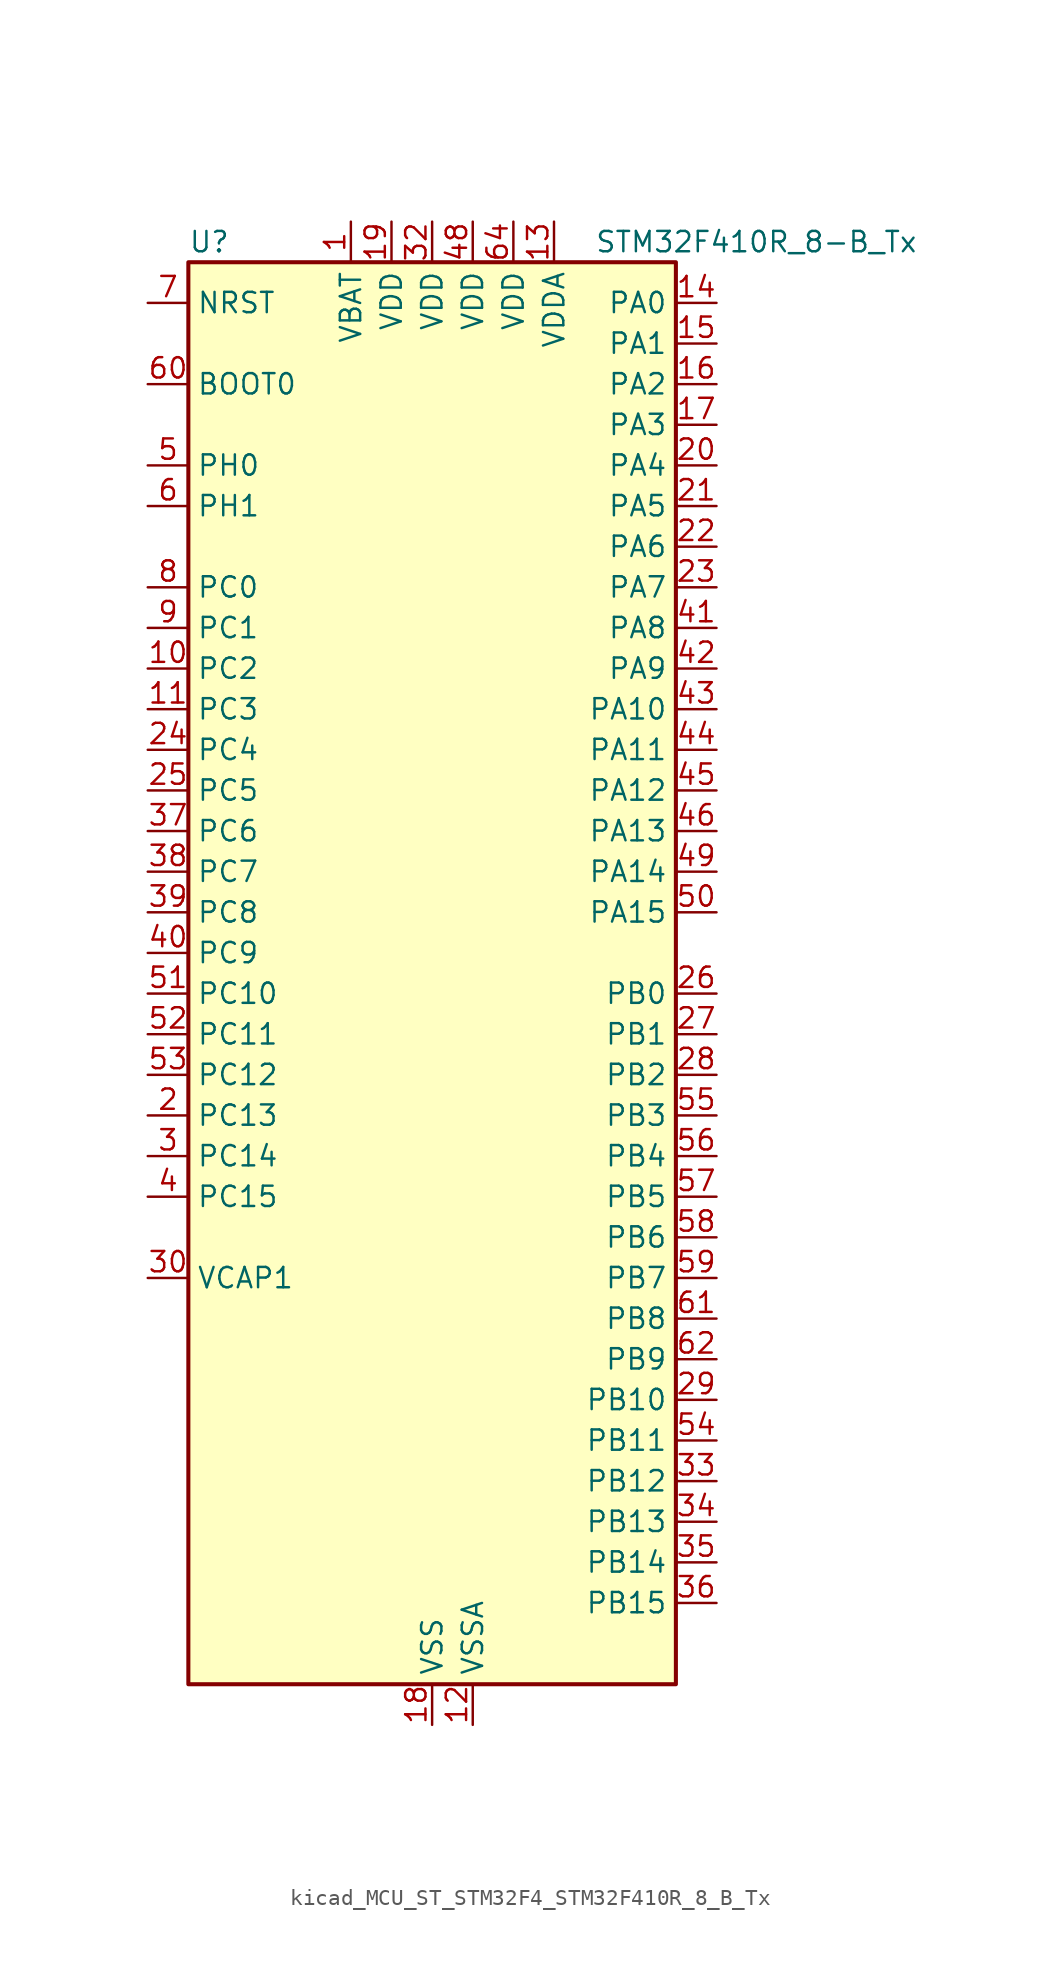
<source format=kicad_sym>
(kicad_symbol_lib
  (version 20220914)
  (generator kicad_symbol_editor)
  (symbol "kicad_MCU_ST_STM32F4_STM32F410R_8_B_Tx"
    (property "Reference" "U"
      (at -15.24 46.99 0)
      (effects (font (size 1.27 1.27)) (justify left)))
    (property "Value" "STM32F410R_8-B_Tx"
      (at 10.16 46.99 0)
      (effects (font (size 1.27 1.27)) (justify left)))
    (property "ki_locked" ""
      (at 0 0 0)
      (effects (font (size 1.27 1.27))))
    (symbol "kicad_MCU_ST_STM32F4_STM32F410R_8_B_Tx_0_1"
      (rectangle (start -15.24 -43.18) (end 15.24 45.72) (stroke (width 0.254) (type default)) (fill (type background))))
    (symbol "kicad_MCU_ST_STM32F4_STM32F410R_8_B_Tx_1_1"
      (pin power_in line (at -5.08 48.26 270) (length 2.54) (name "VBAT" (effects (font (size 1.27 1.27)))) (number "1" (effects (font (size 1.27 1.27)))))
      (pin bidirectional line (at -17.78 20.32 0) (length 2.54) (name "PC2" (effects (font (size 1.27 1.27)))) (number "10" (effects (font (size 1.27 1.27)))) (alternate "ADC1_IN12" bidirectional line) (alternate "LPTIM1_IN2" bidirectional line) (alternate "SPI2_MISO" bidirectional line))
      (pin bidirectional line (at -17.78 17.78 0) (length 2.54) (name "PC3" (effects (font (size 1.27 1.27)))) (number "11" (effects (font (size 1.27 1.27)))) (alternate "ADC1_IN13" bidirectional line) (alternate "I2S2_SD" bidirectional line) (alternate "LPTIM1_ETR" bidirectional line) (alternate "SPI2_MOSI" bidirectional line))
      (pin power_in line (at 2.54 -45.72 90) (length 2.54) (name "VSSA" (effects (font (size 1.27 1.27)))) (number "12" (effects (font (size 1.27 1.27)))))
      (pin power_in line (at 7.62 48.26 270) (length 2.54) (name "VDDA" (effects (font (size 1.27 1.27)))) (number "13" (effects (font (size 1.27 1.27)))))
      (pin bidirectional line (at 17.78 43.18 180) (length 2.54) (name "PA0" (effects (font (size 1.27 1.27)))) (number "14" (effects (font (size 1.27 1.27)))) (alternate "ADC1_IN0" bidirectional line) (alternate "SYS_WKUP1" bidirectional line) (alternate "TIM5_CH1" bidirectional line) (alternate "USART2_CTS" bidirectional line))
      (pin bidirectional line (at 17.78 40.64 180) (length 2.54) (name "PA1" (effects (font (size 1.27 1.27)))) (number "15" (effects (font (size 1.27 1.27)))) (alternate "ADC1_IN1" bidirectional line) (alternate "TIM5_CH2" bidirectional line) (alternate "USART2_RTS" bidirectional line))
      (pin bidirectional line (at 17.78 38.1 180) (length 2.54) (name "PA2" (effects (font (size 1.27 1.27)))) (number "16" (effects (font (size 1.27 1.27)))) (alternate "ADC1_IN2" bidirectional line) (alternate "I2S_CKIN" bidirectional line) (alternate "TIM5_CH3" bidirectional line) (alternate "TIM9_CH1" bidirectional line) (alternate "USART2_TX" bidirectional line))
      (pin bidirectional line (at 17.78 35.56 180) (length 2.54) (name "PA3" (effects (font (size 1.27 1.27)))) (number "17" (effects (font (size 1.27 1.27)))) (alternate "ADC1_IN3" bidirectional line) (alternate "I2S2_MCK" bidirectional line) (alternate "TIM5_CH4" bidirectional line) (alternate "TIM9_CH2" bidirectional line) (alternate "USART2_RX" bidirectional line))
      (pin power_in line (at 0 -45.72 90) (length 2.54) (name "VSS" (effects (font (size 1.27 1.27)))) (number "18" (effects (font (size 1.27 1.27)))))
      (pin power_in line (at -2.54 48.26 270) (length 2.54) (name "VDD" (effects (font (size 1.27 1.27)))) (number "19" (effects (font (size 1.27 1.27)))))
      (pin bidirectional line (at -17.78 -7.62 0) (length 2.54) (name "PC13" (effects (font (size 1.27 1.27)))) (number "2" (effects (font (size 1.27 1.27)))) (alternate "RTC_AF1" bidirectional line))
      (pin bidirectional line (at 17.78 33.02 180) (length 2.54) (name "PA4" (effects (font (size 1.27 1.27)))) (number "20" (effects (font (size 1.27 1.27)))) (alternate "ADC1_IN4" bidirectional line) (alternate "I2S1_WS" bidirectional line) (alternate "SPI1_NSS" bidirectional line) (alternate "USART2_CK" bidirectional line))
      (pin bidirectional line (at 17.78 30.48 180) (length 2.54) (name "PA5" (effects (font (size 1.27 1.27)))) (number "21" (effects (font (size 1.27 1.27)))) (alternate "ADC1_IN5" bidirectional line) (alternate "DAC_OUT1" bidirectional line) (alternate "I2S1_CK" bidirectional line) (alternate "SPI1_SCK" bidirectional line))
      (pin bidirectional line (at 17.78 27.94 180) (length 2.54) (name "PA6" (effects (font (size 1.27 1.27)))) (number "22" (effects (font (size 1.27 1.27)))) (alternate "ADC1_IN6" bidirectional line) (alternate "I2S2_MCK" bidirectional line) (alternate "SPI1_MISO" bidirectional line) (alternate "TIM1_BKIN" bidirectional line))
      (pin bidirectional line (at 17.78 25.4 180) (length 2.54) (name "PA7" (effects (font (size 1.27 1.27)))) (number "23" (effects (font (size 1.27 1.27)))) (alternate "ADC1_IN7" bidirectional line) (alternate "I2S1_SD" bidirectional line) (alternate "SPI1_MOSI" bidirectional line) (alternate "TIM1_CH1N" bidirectional line))
      (pin bidirectional line (at -17.78 15.24 0) (length 2.54) (name "PC4" (effects (font (size 1.27 1.27)))) (number "24" (effects (font (size 1.27 1.27)))) (alternate "ADC1_IN14" bidirectional line) (alternate "TIM9_CH1" bidirectional line))
      (pin bidirectional line (at -17.78 12.7 0) (length 2.54) (name "PC5" (effects (font (size 1.27 1.27)))) (number "25" (effects (font (size 1.27 1.27)))) (alternate "ADC1_IN15" bidirectional line) (alternate "FMPI2C1_SMBA" bidirectional line) (alternate "TIM9_CH2" bidirectional line))
      (pin bidirectional line (at 17.78 0 180) (length 2.54) (name "PB0" (effects (font (size 1.27 1.27)))) (number "26" (effects (font (size 1.27 1.27)))) (alternate "ADC1_IN8" bidirectional line) (alternate "I2S5_CK" bidirectional line) (alternate "SPI5_SCK" bidirectional line) (alternate "TIM1_CH2N" bidirectional line))
      (pin bidirectional line (at 17.78 -2.54 180) (length 2.54) (name "PB1" (effects (font (size 1.27 1.27)))) (number "27" (effects (font (size 1.27 1.27)))) (alternate "ADC1_IN9" bidirectional line) (alternate "I2S5_WS" bidirectional line) (alternate "SPI5_NSS" bidirectional line) (alternate "TIM1_CH3N" bidirectional line))
      (pin bidirectional line (at 17.78 -5.08 180) (length 2.54) (name "PB2" (effects (font (size 1.27 1.27)))) (number "28" (effects (font (size 1.27 1.27)))) (alternate "LPTIM1_OUT" bidirectional line))
      (pin bidirectional line (at 17.78 -25.4 180) (length 2.54) (name "PB10" (effects (font (size 1.27 1.27)))) (number "29" (effects (font (size 1.27 1.27)))) (alternate "FMPI2C1_SCL" bidirectional line) (alternate "I2C2_SCL" bidirectional line) (alternate "I2S1_MCK" bidirectional line) (alternate "I2S2_CK" bidirectional line) (alternate "SPI2_SCK" bidirectional line))
      (pin bidirectional line (at -17.78 -10.16 0) (length 2.54) (name "PC14" (effects (font (size 1.27 1.27)))) (number "3" (effects (font (size 1.27 1.27)))) (alternate "RCC_OSC32_IN" bidirectional line))
      (pin power_out line (at -17.78 -17.78 0) (length 2.54) (name "VCAP1" (effects (font (size 1.27 1.27)))) (number "30" (effects (font (size 1.27 1.27)))))
      (pin passive line (at 0 -45.72 90) (length 2.54) hide (name "VSS" (effects (font (size 1.27 1.27)))) (number "31" (effects (font (size 1.27 1.27)))))
      (pin power_in line (at 0 48.26 270) (length 2.54) (name "VDD" (effects (font (size 1.27 1.27)))) (number "32" (effects (font (size 1.27 1.27)))))
      (pin bidirectional line (at 17.78 -30.48 180) (length 2.54) (name "PB12" (effects (font (size 1.27 1.27)))) (number "33" (effects (font (size 1.27 1.27)))) (alternate "I2C2_SMBA" bidirectional line) (alternate "I2S2_WS" bidirectional line) (alternate "SPI2_NSS" bidirectional line) (alternate "TIM1_BKIN" bidirectional line) (alternate "TIM5_CH1" bidirectional line))
      (pin bidirectional line (at 17.78 -33.02 180) (length 2.54) (name "PB13" (effects (font (size 1.27 1.27)))) (number "34" (effects (font (size 1.27 1.27)))) (alternate "FMPI2C1_SMBA" bidirectional line) (alternate "I2S2_CK" bidirectional line) (alternate "SPI2_SCK" bidirectional line) (alternate "TIM1_CH1N" bidirectional line))
      (pin bidirectional line (at 17.78 -35.56 180) (length 2.54) (name "PB14" (effects (font (size 1.27 1.27)))) (number "35" (effects (font (size 1.27 1.27)))) (alternate "FMPI2C1_SDA" bidirectional line) (alternate "SPI2_MISO" bidirectional line) (alternate "TIM1_CH2N" bidirectional line))
      (pin bidirectional line (at 17.78 -38.1 180) (length 2.54) (name "PB15" (effects (font (size 1.27 1.27)))) (number "36" (effects (font (size 1.27 1.27)))) (alternate "ADC1_EXTI15" bidirectional line) (alternate "FMPI2C1_SCL" bidirectional line) (alternate "I2S2_SD" bidirectional line) (alternate "RTC_REFIN" bidirectional line) (alternate "SPI2_MOSI" bidirectional line) (alternate "TIM1_CH3N" bidirectional line))
      (pin bidirectional line (at -17.78 10.16 0) (length 2.54) (name "PC6" (effects (font (size 1.27 1.27)))) (number "37" (effects (font (size 1.27 1.27)))) (alternate "FMPI2C1_SCL" bidirectional line) (alternate "I2S2_MCK" bidirectional line) (alternate "SYS_TRACECLK" bidirectional line) (alternate "USART6_TX" bidirectional line))
      (pin bidirectional line (at -17.78 7.62 0) (length 2.54) (name "PC7" (effects (font (size 1.27 1.27)))) (number "38" (effects (font (size 1.27 1.27)))) (alternate "FMPI2C1_SDA" bidirectional line) (alternate "I2S1_MCK" bidirectional line) (alternate "I2S2_CK" bidirectional line) (alternate "SPI2_SCK" bidirectional line) (alternate "USART6_RX" bidirectional line))
      (pin bidirectional line (at -17.78 5.08 0) (length 2.54) (name "PC8" (effects (font (size 1.27 1.27)))) (number "39" (effects (font (size 1.27 1.27)))) (alternate "USART6_CK" bidirectional line))
      (pin bidirectional line (at -17.78 -12.7 0) (length 2.54) (name "PC15" (effects (font (size 1.27 1.27)))) (number "4" (effects (font (size 1.27 1.27)))) (alternate "ADC1_EXTI15" bidirectional line) (alternate "RCC_OSC32_OUT" bidirectional line))
      (pin bidirectional line (at -17.78 2.54 0) (length 2.54) (name "PC9" (effects (font (size 1.27 1.27)))) (number "40" (effects (font (size 1.27 1.27)))) (alternate "DAC_EXTI9" bidirectional line) (alternate "FMPI2C1_SDA" bidirectional line) (alternate "I2S_CKIN" bidirectional line) (alternate "RCC_MCO_2" bidirectional line))
      (pin bidirectional line (at 17.78 22.86 180) (length 2.54) (name "PA8" (effects (font (size 1.27 1.27)))) (number "41" (effects (font (size 1.27 1.27)))) (alternate "FMPI2C1_SCL" bidirectional line) (alternate "RCC_MCO_1" bidirectional line) (alternate "TIM1_CH1" bidirectional line) (alternate "USART1_CK" bidirectional line))
      (pin bidirectional line (at 17.78 20.32 180) (length 2.54) (name "PA9" (effects (font (size 1.27 1.27)))) (number "42" (effects (font (size 1.27 1.27)))) (alternate "DAC_EXTI9" bidirectional line) (alternate "TIM1_CH2" bidirectional line) (alternate "USART1_TX" bidirectional line))
      (pin bidirectional line (at 17.78 17.78 180) (length 2.54) (name "PA10" (effects (font (size 1.27 1.27)))) (number "43" (effects (font (size 1.27 1.27)))) (alternate "I2S5_SD" bidirectional line) (alternate "SPI5_MOSI" bidirectional line) (alternate "TIM1_CH3" bidirectional line) (alternate "USART1_RX" bidirectional line))
      (pin bidirectional line (at 17.78 15.24 180) (length 2.54) (name "PA11" (effects (font (size 1.27 1.27)))) (number "44" (effects (font (size 1.27 1.27)))) (alternate "ADC1_EXTI11" bidirectional line) (alternate "TIM1_CH4" bidirectional line) (alternate "USART1_CTS" bidirectional line) (alternate "USART6_TX" bidirectional line))
      (pin bidirectional line (at 17.78 12.7 180) (length 2.54) (name "PA12" (effects (font (size 1.27 1.27)))) (number "45" (effects (font (size 1.27 1.27)))) (alternate "SPI5_MISO" bidirectional line) (alternate "TIM1_ETR" bidirectional line) (alternate "USART1_RTS" bidirectional line) (alternate "USART6_RX" bidirectional line))
      (pin bidirectional line (at 17.78 10.16 180) (length 2.54) (name "PA13" (effects (font (size 1.27 1.27)))) (number "46" (effects (font (size 1.27 1.27)))) (alternate "SYS_JTMS-SWDIO" bidirectional line))
      (pin passive line (at 0 -45.72 90) (length 2.54) hide (name "VSS" (effects (font (size 1.27 1.27)))) (number "47" (effects (font (size 1.27 1.27)))))
      (pin power_in line (at 2.54 48.26 270) (length 2.54) (name "VDD" (effects (font (size 1.27 1.27)))) (number "48" (effects (font (size 1.27 1.27)))))
      (pin bidirectional line (at 17.78 7.62 180) (length 2.54) (name "PA14" (effects (font (size 1.27 1.27)))) (number "49" (effects (font (size 1.27 1.27)))) (alternate "SYS_JTCK-SWCLK" bidirectional line))
      (pin bidirectional line (at -17.78 33.02 0) (length 2.54) (name "PH0" (effects (font (size 1.27 1.27)))) (number "5" (effects (font (size 1.27 1.27)))) (alternate "RCC_OSC_IN" bidirectional line))
      (pin bidirectional line (at 17.78 5.08 180) (length 2.54) (name "PA15" (effects (font (size 1.27 1.27)))) (number "50" (effects (font (size 1.27 1.27)))) (alternate "ADC1_EXTI15" bidirectional line) (alternate "I2S1_WS" bidirectional line) (alternate "SPI1_NSS" bidirectional line) (alternate "SYS_JTDI" bidirectional line) (alternate "USART1_TX" bidirectional line))
      (pin bidirectional line (at -17.78 0 0) (length 2.54) (name "PC10" (effects (font (size 1.27 1.27)))) (number "51" (effects (font (size 1.27 1.27)))) (alternate "SYS_TRACED0" bidirectional line) (alternate "TIM5_CH2" bidirectional line))
      (pin bidirectional line (at -17.78 -2.54 0) (length 2.54) (name "PC11" (effects (font (size 1.27 1.27)))) (number "52" (effects (font (size 1.27 1.27)))) (alternate "ADC1_EXTI11" bidirectional line) (alternate "SYS_TRACED1" bidirectional line) (alternate "TIM5_CH3" bidirectional line))
      (pin bidirectional line (at -17.78 -5.08 0) (length 2.54) (name "PC12" (effects (font (size 1.27 1.27)))) (number "53" (effects (font (size 1.27 1.27)))) (alternate "SYS_TRACED2" bidirectional line) (alternate "TIM11_CH1" bidirectional line))
      (pin bidirectional line (at 17.78 -27.94 180) (length 2.54) (name "PB11" (effects (font (size 1.27 1.27)))) (number "54" (effects (font (size 1.27 1.27)))) (alternate "ADC1_EXTI11" bidirectional line) (alternate "I2C2_SDA" bidirectional line) (alternate "I2S_CKIN" bidirectional line) (alternate "SYS_TRACED3" bidirectional line) (alternate "TIM5_CH4" bidirectional line))
      (pin bidirectional line (at 17.78 -7.62 180) (length 2.54) (name "PB3" (effects (font (size 1.27 1.27)))) (number "55" (effects (font (size 1.27 1.27)))) (alternate "FMPI2C1_SDA" bidirectional line) (alternate "I2C2_SDA" bidirectional line) (alternate "I2S1_CK" bidirectional line) (alternate "SPI1_SCK" bidirectional line) (alternate "SYS_JTDO-SWO" bidirectional line) (alternate "USART1_RX" bidirectional line))
      (pin bidirectional line (at 17.78 -10.16 180) (length 2.54) (name "PB4" (effects (font (size 1.27 1.27)))) (number "56" (effects (font (size 1.27 1.27)))) (alternate "SPI1_MISO" bidirectional line) (alternate "SYS_JTRST" bidirectional line))
      (pin bidirectional line (at 17.78 -12.7 180) (length 2.54) (name "PB5" (effects (font (size 1.27 1.27)))) (number "57" (effects (font (size 1.27 1.27)))) (alternate "I2C1_SMBA" bidirectional line) (alternate "I2S1_SD" bidirectional line) (alternate "LPTIM1_IN1" bidirectional line) (alternate "SPI1_MOSI" bidirectional line))
      (pin bidirectional line (at 17.78 -15.24 180) (length 2.54) (name "PB6" (effects (font (size 1.27 1.27)))) (number "58" (effects (font (size 1.27 1.27)))) (alternate "I2C1_SCL" bidirectional line) (alternate "LPTIM1_ETR" bidirectional line) (alternate "USART1_TX" bidirectional line))
      (pin bidirectional line (at 17.78 -17.78 180) (length 2.54) (name "PB7" (effects (font (size 1.27 1.27)))) (number "59" (effects (font (size 1.27 1.27)))) (alternate "I2C1_SDA" bidirectional line) (alternate "LPTIM1_IN2" bidirectional line) (alternate "USART1_RX" bidirectional line))
      (pin bidirectional line (at -17.78 30.48 0) (length 2.54) (name "PH1" (effects (font (size 1.27 1.27)))) (number "6" (effects (font (size 1.27 1.27)))) (alternate "RCC_OSC_OUT" bidirectional line))
      (pin input line (at -17.78 38.1 0) (length 2.54) (name "BOOT0" (effects (font (size 1.27 1.27)))) (number "60" (effects (font (size 1.27 1.27)))))
      (pin bidirectional line (at 17.78 -20.32 180) (length 2.54) (name "PB8" (effects (font (size 1.27 1.27)))) (number "61" (effects (font (size 1.27 1.27)))) (alternate "I2C1_SCL" bidirectional line) (alternate "I2S5_SD" bidirectional line) (alternate "LPTIM1_OUT" bidirectional line) (alternate "SPI5_MOSI" bidirectional line))
      (pin bidirectional line (at 17.78 -22.86 180) (length 2.54) (name "PB9" (effects (font (size 1.27 1.27)))) (number "62" (effects (font (size 1.27 1.27)))) (alternate "DAC_EXTI9" bidirectional line) (alternate "I2C1_SDA" bidirectional line) (alternate "I2C2_SDA" bidirectional line) (alternate "I2S2_WS" bidirectional line) (alternate "SPI2_NSS" bidirectional line) (alternate "TIM11_CH1" bidirectional line))
      (pin passive line (at 0 -45.72 90) (length 2.54) hide (name "VSS" (effects (font (size 1.27 1.27)))) (number "63" (effects (font (size 1.27 1.27)))))
      (pin power_in line (at 5.08 48.26 270) (length 2.54) (name "VDD" (effects (font (size 1.27 1.27)))) (number "64" (effects (font (size 1.27 1.27)))))
      (pin input line (at -17.78 43.18 0) (length 2.54) (name "NRST" (effects (font (size 1.27 1.27)))) (number "7" (effects (font (size 1.27 1.27)))))
      (pin bidirectional line (at -17.78 25.4 0) (length 2.54) (name "PC0" (effects (font (size 1.27 1.27)))) (number "8" (effects (font (size 1.27 1.27)))) (alternate "ADC1_IN10" bidirectional line) (alternate "LPTIM1_IN1" bidirectional line) (alternate "SYS_WKUP2" bidirectional line))
      (pin bidirectional line (at -17.78 22.86 0) (length 2.54) (name "PC1" (effects (font (size 1.27 1.27)))) (number "9" (effects (font (size 1.27 1.27)))) (alternate "ADC1_IN11" bidirectional line) (alternate "LPTIM1_OUT" bidirectional line) (alternate "SYS_WKUP3" bidirectional line)))))
</source>
